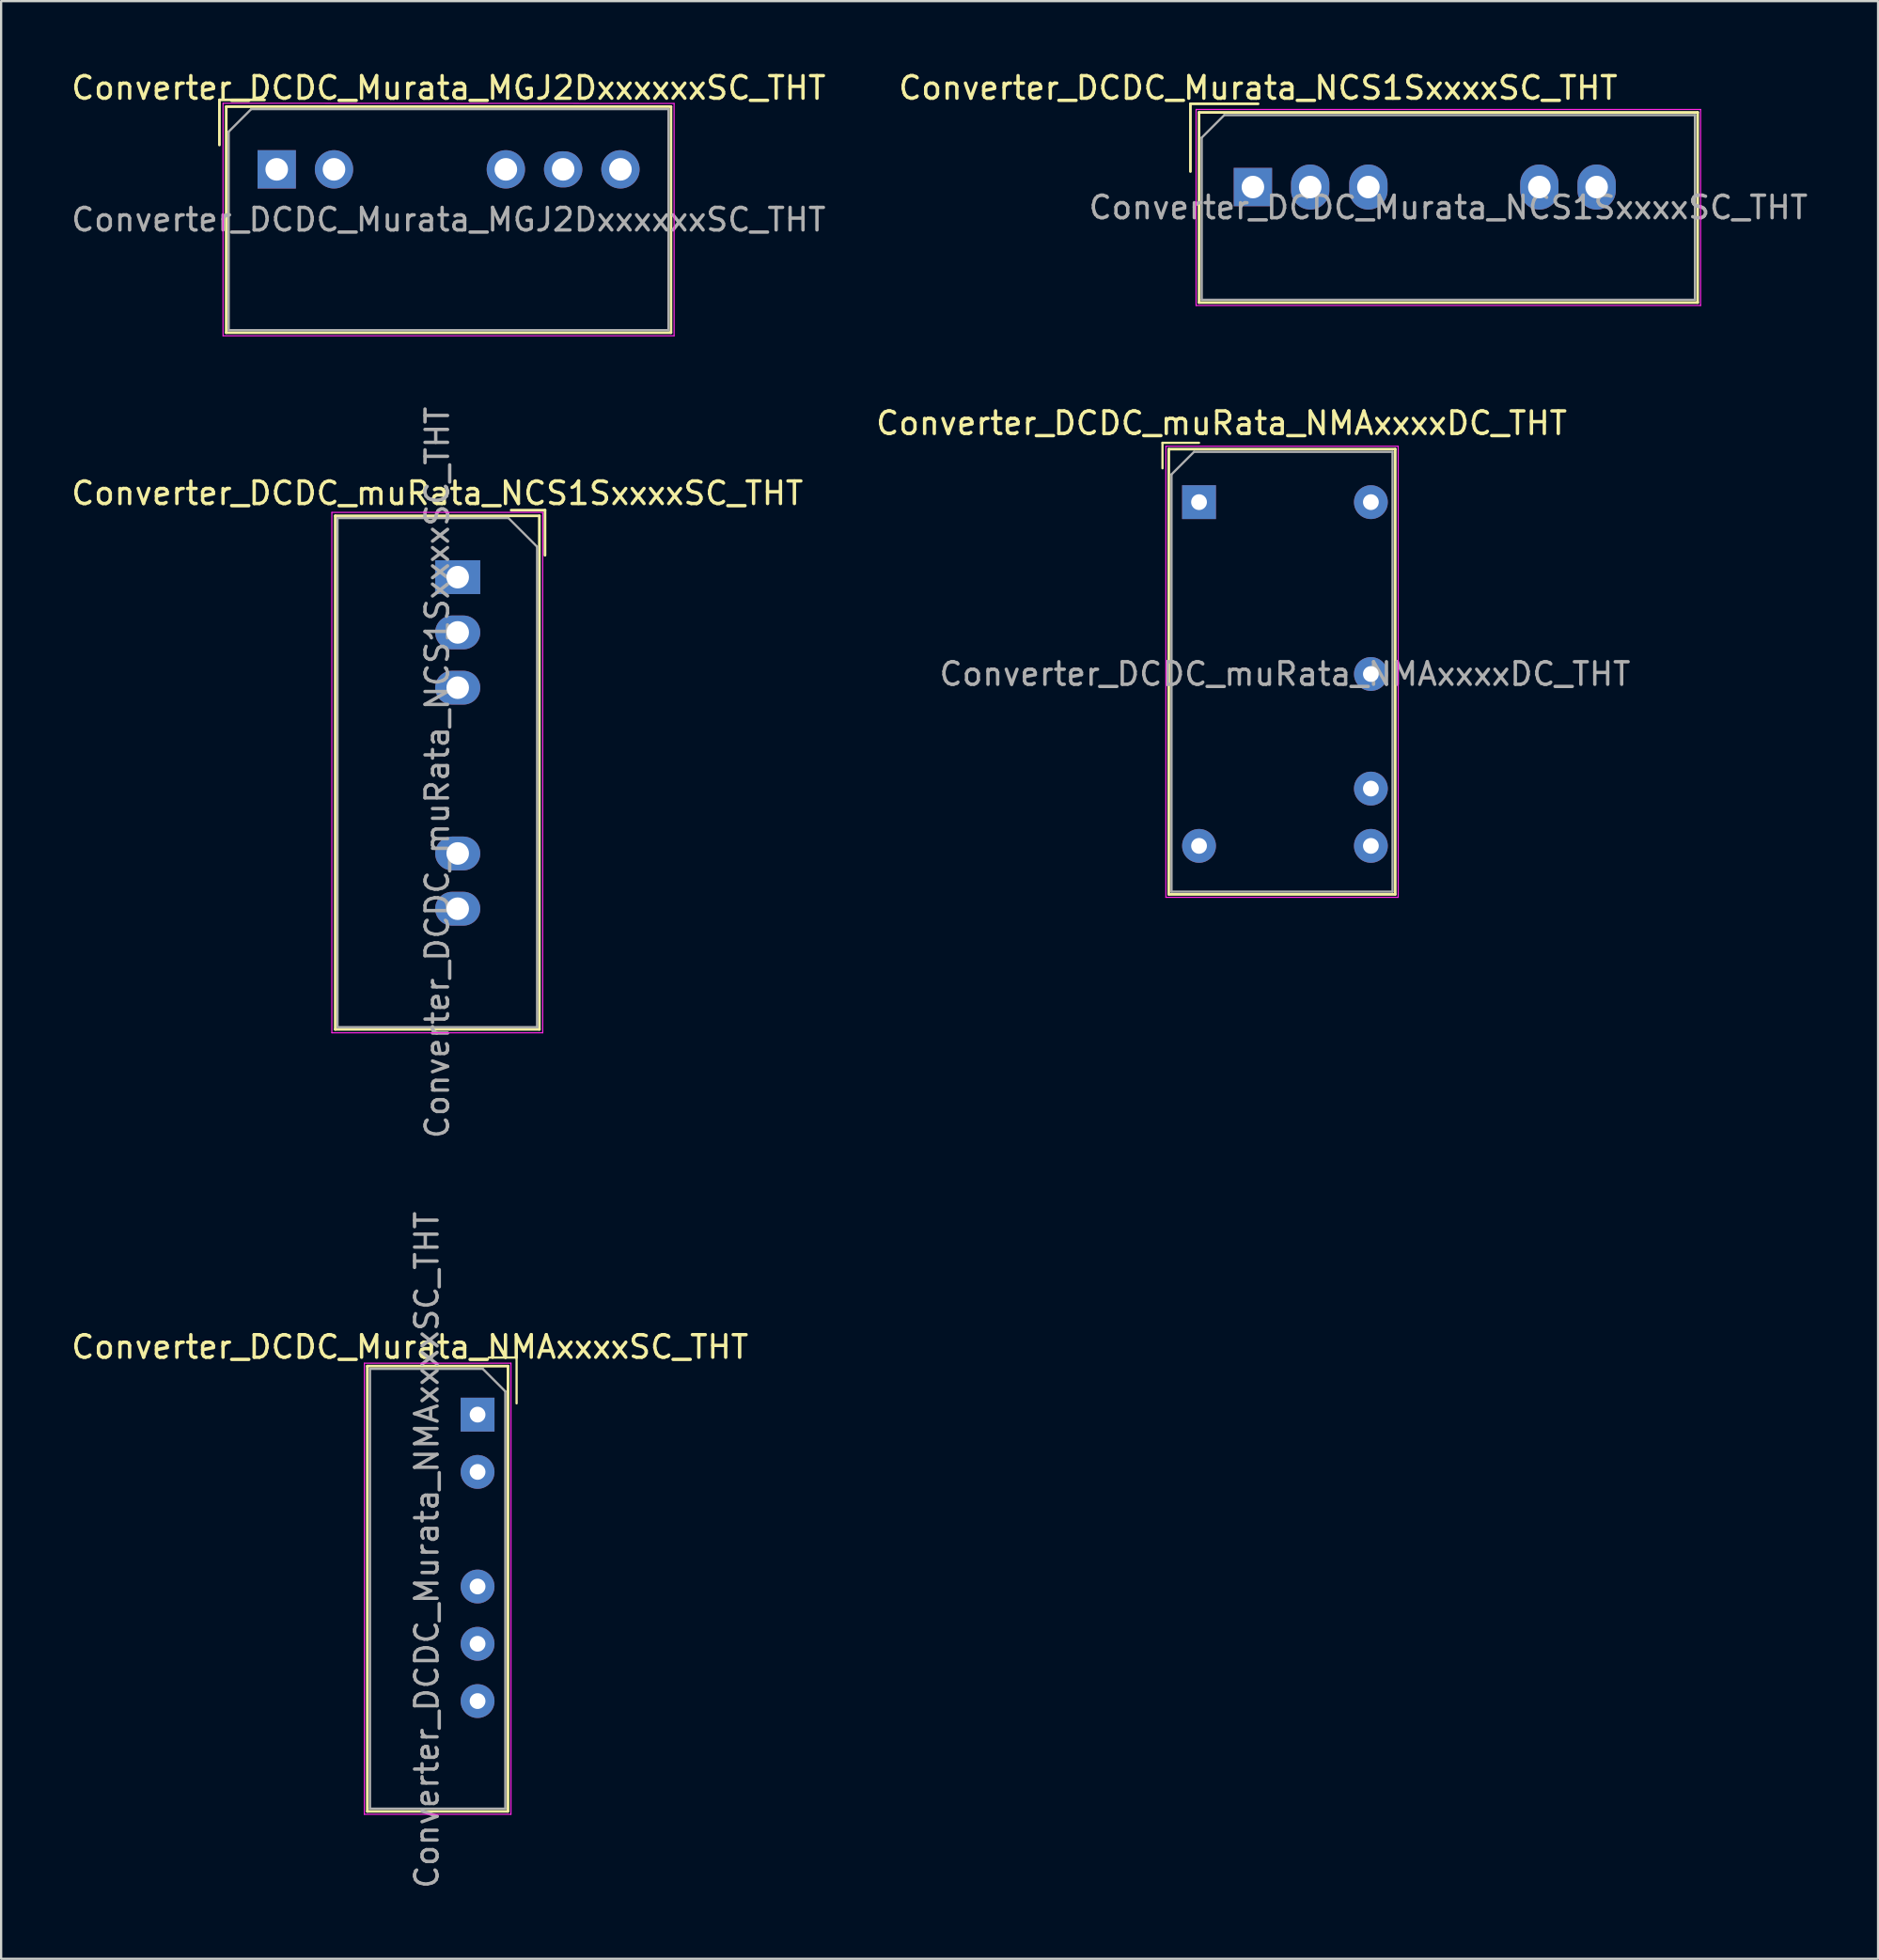
<source format=kicad_pcb>
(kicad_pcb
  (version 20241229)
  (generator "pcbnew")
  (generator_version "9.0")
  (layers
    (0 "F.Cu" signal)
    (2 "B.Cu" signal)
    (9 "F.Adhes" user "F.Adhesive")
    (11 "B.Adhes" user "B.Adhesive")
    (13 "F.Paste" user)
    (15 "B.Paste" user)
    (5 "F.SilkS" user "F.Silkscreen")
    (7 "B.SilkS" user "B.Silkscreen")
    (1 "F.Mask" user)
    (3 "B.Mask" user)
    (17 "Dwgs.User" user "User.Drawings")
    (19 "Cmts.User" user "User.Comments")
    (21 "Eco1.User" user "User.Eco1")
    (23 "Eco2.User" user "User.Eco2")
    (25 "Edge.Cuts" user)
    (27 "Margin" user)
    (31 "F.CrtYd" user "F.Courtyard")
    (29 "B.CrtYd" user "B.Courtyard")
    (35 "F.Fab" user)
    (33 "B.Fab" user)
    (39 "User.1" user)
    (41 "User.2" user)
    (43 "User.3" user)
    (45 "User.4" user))
  (footprint "Converter_DCDC_Murata_NCS1SxxxxSC_THT"
    (layer "F.Cu")
    (at 52.502 5.243)
    (property "Reference" "Converter_DCDC_Murata_NCS1SxxxxSC_THT" (at 0.23 -4.395 0) (layer "F.SilkS") (effects (font (size 1 1) (thickness 0.15))))
    (attr through_hole)
    (fp_line (start -2.77 -3.69) (end 0.23 -3.69) (stroke (width 0.12) (type solid)) (layer "F.SilkS"))
    (fp_line (start -2.77 -0.69) (end -2.77 -3.69) (stroke (width 0.12) (type solid)) (layer "F.SilkS"))
    (fp_line (start -2.39 -3.31) (end -2.39 5.12) (stroke (width 0.12) (type solid)) (layer "F.SilkS"))
    (fp_line (start -2.39 -3.31) (end 19.72 -3.31) (stroke (width 0.12) (type solid)) (layer "F.SilkS"))
    (fp_line (start -2.39 5.12) (end 19.72 5.12) (stroke (width 0.12) (type solid)) (layer "F.SilkS"))
    (fp_line (start 19.72 -3.31) (end 19.72 5.12) (stroke (width 0.12) (type solid)) (layer "F.SilkS"))
    (fp_line (start -2.52 -3.44) (end -2.52 5.25) (stroke (width 0.05) (type solid)) (layer "F.CrtYd"))
    (fp_line (start -2.52 -3.44) (end 19.85 -3.44) (stroke (width 0.05) (type solid)) (layer "F.CrtYd"))
    (fp_line (start -2.52 5.25) (end 19.85 5.25) (stroke (width 0.05) (type solid)) (layer "F.CrtYd"))
    (fp_line (start 19.85 -3.44) (end 19.85 5.25) (stroke (width 0.05) (type solid)) (layer "F.CrtYd"))
    (fp_line (start -2.27 -2.19) (end -1.27 -3.19) (stroke (width 0.1) (type solid)) (layer "F.Fab"))
    (fp_line (start -2.27 5) (end -2.27 -2.19) (stroke (width 0.1) (type solid)) (layer "F.Fab"))
    (fp_line (start -1.27 -3.19) (end 19.6 -3.19) (stroke (width 0.1) (type solid)) (layer "F.Fab"))
    (fp_line (start 19.6 -3.19) (end 19.6 5) (stroke (width 0.1) (type solid)) (layer "F.Fab"))
    (fp_line (start 19.6 5) (end -2.27 5) (stroke (width 0.1) (type solid)) (layer "F.Fab"))
    (fp_text user "" (at -3 0 0) (layer "F.SilkS") (effects (font (size 1 1) (thickness 0.15))))
    (fp_text user "${REFERENCE}" (at 8.665 0.905 0) (layer "F.Fab") (effects (font (size 1 1) (thickness 0.15))))
    (pad "1" thru_hole rect (at 0 0) (size 1.7 1.7) (drill 1) (layers "*.Cu" "*.Mask"))
    (pad "2" thru_hole oval (at 2.54 0) (size 1.7 2) (drill 1) (layers "*.Cu" "*.Mask"))
    (pad "3" thru_hole oval (at 5.12 0) (size 1.7 2) (drill 1) (layers "*.Cu" "*.Mask"))
    (pad "6" thru_hole oval (at 12.7 0) (size 1.7 2) (drill 1) (layers "*.Cu" "*.Mask"))
    (pad "7" thru_hole oval (at 15.24 0) (size 1.7 2) (drill 1) (layers "*.Cu" "*.Mask")))
  (footprint "Converter_DCDC_Murata_NMAxxxxSC_THT"
    (layer "F.Cu")
    (at 18.125 59.667)
    (property "Reference" "Converter_DCDC_Murata_NMAxxxxSC_THT" (at -3 -3 0) (layer "F.SilkS") (effects (font (size 1 1) (thickness 0.15))))
    (attr through_hole)
    (fp_line (start -4.89 -2.15) (end -4.89 17.59) (stroke (width 0.12) (type solid)) (layer "F.SilkS"))
    (fp_line (start -4.89 17.59) (end 1.33 17.59) (stroke (width 0.12) (type solid)) (layer "F.SilkS"))
    (fp_line (start 1.35 -2.15) (end -4.89 -2.15) (stroke (width 0.12) (type solid)) (layer "F.SilkS"))
    (fp_line (start 1.35 17.59) (end 1.35 -2.15) (stroke (width 0.12) (type solid)) (layer "F.SilkS"))
    (fp_line (start 1.73 -2.53) (end 0.5 -2.53) (stroke (width 0.1) (type solid)) (layer "F.SilkS"))
    (fp_line (start 1.73 -2.53) (end 1.73 -0.5) (stroke (width 0.1) (type solid)) (layer "F.SilkS"))
    (fp_line (start -5.02 -2.28) (end -5.02 17.72) (stroke (width 0.05) (type solid)) (layer "F.CrtYd"))
    (fp_line (start -5.02 17.72) (end 1.48 17.72) (stroke (width 0.05) (type solid)) (layer "F.CrtYd"))
    (fp_line (start 1.48 -2.28) (end -5.02 -2.28) (stroke (width 0.05) (type solid)) (layer "F.CrtYd"))
    (fp_line (start 1.48 17.72) (end 1.48 -2.28) (stroke (width 0.05) (type solid)) (layer "F.CrtYd"))
    (fp_line (start -4.77 -2.03) (end -4.77 17.47) (stroke (width 0.1) (type solid)) (layer "F.Fab"))
    (fp_line (start -4.77 17.47) (end 1.23 17.47) (stroke (width 0.1) (type solid)) (layer "F.Fab"))
    (fp_line (start 0.23 -2.03) (end -4.77 -2.03) (stroke (width 0.1) (type solid)) (layer "F.Fab"))
    (fp_line (start 0.23 -2.03) (end 1.23 -1.03) (stroke (width 0.1) (type solid)) (layer "F.Fab"))
    (fp_line (start 1.23 17.47) (end 1.23 -1.03) (stroke (width 0.1) (type solid)) (layer "F.Fab"))
    (fp_text user "${REFERENCE}" (at -2.25 6 90) (layer "F.Fab") (effects (font (size 1 1) (thickness 0.15))))
    (pad "1" thru_hole rect (at 0 0) (size 1.5 1.5) (drill 0.7) (layers "*.Cu" "*.Mask"))
    (pad "2" thru_hole oval (at 0 2.54) (size 1.5 1.5) (drill 0.7) (layers "*.Cu" "*.Mask"))
    (pad "4" thru_hole oval (at 0 7.62) (size 1.5 1.5) (drill 0.7) (layers "*.Cu" "*.Mask"))
    (pad "5" thru_hole oval (at 0 10.16) (size 1.5 1.5) (drill 0.7) (layers "*.Cu" "*.Mask"))
    (pad "6" thru_hole oval (at 0 12.7) (size 1.5 1.5) (drill 0.7) (layers "*.Cu" "*.Mask")))
  (footprint "Converter_DCDC_muRata_NMAxxxxDC_THT"
    (layer "F.Cu")
    (at 50.113 19.212)
    (property "Reference" "Converter_DCDC_muRata_NMAxxxxDC_THT" (at 1 -3.5 0) (layer "F.SilkS") (effects (font (size 1 1) (thickness 0.15))))
    (attr through_hole)
    (fp_line (start -1.62 -2.63) (end -1.62 -1.5) (stroke (width 0.1) (type solid)) (layer "F.SilkS"))
    (fp_line (start -1.34 -2.35) (end -1.34 17.39) (stroke (width 0.12) (type solid)) (layer "F.SilkS"))
    (fp_line (start -1.34 -2.35) (end 8.7 -2.35) (stroke (width 0.12) (type solid)) (layer "F.SilkS"))
    (fp_line (start -1.34 17.39) (end 8.7 17.39) (stroke (width 0.12) (type solid)) (layer "F.SilkS"))
    (fp_line (start 0 -2.63) (end -1.62 -2.63) (stroke (width 0.1) (type solid)) (layer "F.SilkS"))
    (fp_line (start 8.7 17.39) (end 8.7 -2.35) (stroke (width 0.12) (type solid)) (layer "F.SilkS"))
    (fp_line (start -1.47 -2.48) (end -1.47 17.52) (stroke (width 0.05) (type solid)) (layer "F.CrtYd"))
    (fp_line (start -1.47 17.52) (end 8.83 17.52) (stroke (width 0.05) (type solid)) (layer "F.CrtYd"))
    (fp_line (start 8.83 -2.48) (end -1.47 -2.48) (stroke (width 0.05) (type solid)) (layer "F.CrtYd"))
    (fp_line (start 8.83 17.52) (end 8.83 -2.48) (stroke (width 0.05) (type solid)) (layer "F.CrtYd"))
    (fp_line (start -1.22 17.27) (end -1.22 -1.23) (stroke (width 0.1) (type solid)) (layer "F.Fab"))
    (fp_line (start -0.22 -2.23) (end -1.22 -1.23) (stroke (width 0.1) (type solid)) (layer "F.Fab"))
    (fp_line (start -0.22 -2.23) (end 8.58 -2.23) (stroke (width 0.1) (type solid)) (layer "F.Fab"))
    (fp_line (start 8.58 -2.23) (end 8.58 17.27) (stroke (width 0.1) (type solid)) (layer "F.Fab"))
    (fp_line (start 8.58 17.27) (end -1.22 17.27) (stroke (width 0.1) (type solid)) (layer "F.Fab"))
    (fp_text user "${REFERENCE}" (at 3.81 7.62 0) (layer "F.Fab") (effects (font (size 1 1) (thickness 0.15))))
    (pad "1" thru_hole rect (at 0 0) (size 1.5 1.5) (drill 0.7) (layers "*.Cu" "*.Mask"))
    (pad "7" thru_hole oval (at 0 15.24) (size 1.5 1.5) (drill 0.7) (layers "*.Cu" "*.Mask"))
    (pad "8" thru_hole oval (at 7.62 15.24) (size 1.5 1.5) (drill 0.7) (layers "*.Cu" "*.Mask"))
    (pad "9" thru_hole oval (at 7.62 12.7) (size 1.5 1.5) (drill 0.7) (layers "*.Cu" "*.Mask"))
    (pad "11" thru_hole oval (at 7.62 7.62) (size 1.5 1.5) (drill 0.7) (layers "*.Cu" "*.Mask"))
    (pad "14" thru_hole oval (at 7.62 0) (size 1.5 1.5) (drill 0.7) (layers "*.Cu" "*.Mask")))
  (footprint "Converter_DCDC_Murata_MGJ2DxxxxxxSC_THT"
    (layer "F.Cu")
    (at 9.219 4.458)
    (property "Reference" "Converter_DCDC_Murata_MGJ2DxxxxxxSC_THT" (at 7.62 -3.61 0) (layer "F.SilkS") (effects (font (size 1 1) (thickness 0.15))))
    (attr through_hole)
    (fp_line (start -2.54 -3.08) (end -0.54 -3.08) (stroke (width 0.12) (type solid)) (layer "F.SilkS"))
    (fp_line (start -2.54 -1.08) (end -2.54 -3.08) (stroke (width 0.12) (type solid)) (layer "F.SilkS"))
    (fp_line (start -2.24 -2.78) (end -2.24 7.24) (stroke (width 0.12) (type solid)) (layer "F.SilkS"))
    (fp_line (start -2.24 -2.78) (end 17.48 -2.78) (stroke (width 0.12) (type solid)) (layer "F.SilkS"))
    (fp_line (start -2.24 7.24) (end 17.48 7.24) (stroke (width 0.12) (type solid)) (layer "F.SilkS"))
    (fp_line (start 17.48 -2.78) (end 17.48 7.24) (stroke (width 0.12) (type solid)) (layer "F.SilkS"))
    (fp_line (start -2.38 -2.93) (end -2.38 7.38) (stroke (width 0.05) (type solid)) (layer "F.CrtYd"))
    (fp_line (start -2.38 -2.93) (end 17.62 -2.92) (stroke (width 0.05) (type solid)) (layer "F.CrtYd"))
    (fp_line (start -2.38 7.38) (end 17.62 7.38) (stroke (width 0.05) (type solid)) (layer "F.CrtYd"))
    (fp_line (start 17.62 -2.92) (end 17.62 7.38) (stroke (width 0.05) (type solid)) (layer "F.CrtYd"))
    (fp_line (start -2.13 -1.67) (end -1.13 -2.67) (stroke (width 0.1) (type solid)) (layer "F.Fab"))
    (fp_line (start -2.13 7.13) (end -2.13 -1.67) (stroke (width 0.1) (type solid)) (layer "F.Fab"))
    (fp_line (start -1.13 -2.67) (end 17.37 -2.67) (stroke (width 0.1) (type solid)) (layer "F.Fab"))
    (fp_line (start 17.37 -2.67) (end 17.37 7.13) (stroke (width 0.1) (type solid)) (layer "F.Fab"))
    (fp_line (start 17.37 7.13) (end -2.13 7.13) (stroke (width 0.1) (type solid)) (layer "F.Fab"))
    (fp_text user "${REFERENCE}" (at 7.62 2.23 0) (layer "F.Fab") (effects (font (size 1 1) (thickness 0.15))))
    (pad "1" thru_hole rect (at 0 0) (size 1.7 1.7) (drill 1) (layers "*.Cu" "*.Mask"))
    (pad "2" thru_hole oval (at 2.54 0) (size 1.7 1.7) (drill 1) (layers "*.Cu" "*.Mask"))
    (pad "5" thru_hole oval (at 10.16 0) (size 1.7 1.7) (drill 1) (layers "*.Cu" "*.Mask"))
    (pad "6" thru_hole oval (at 12.7 0) (size 1.7 1.6) (drill 1) (layers "*.Cu" "*.Mask"))
    (pad "7" thru_hole oval (at 15.24 0) (size 1.7 1.7) (drill 1) (layers "*.Cu" "*.Mask")))
  (footprint "Converter_DCDC_muRata_NCS1SxxxxSC_THT"
    (layer "F.Cu")
    (at 17.244 22.538)
    (property "Reference" "Converter_DCDC_muRata_NCS1SxxxxSC_THT" (at -0.905 -3.72 0) (layer "F.SilkS") (effects (font (size 1 1) (thickness 0.15))))
    (attr through_hole)
    (fp_line (start -5.43 -2.72) (end 3.62 -2.72) (stroke (width 0.12) (type solid)) (layer "F.SilkS"))
    (fp_line (start -5.43 20.05) (end -5.43 -2.72) (stroke (width 0.12) (type solid)) (layer "F.SilkS"))
    (fp_line (start 2.37 -2.97) (end 3.87 -2.97) (stroke (width 0.12) (type solid)) (layer "F.SilkS"))
    (fp_line (start 3.62 -2.72) (end 3.62 20.05) (stroke (width 0.12) (type solid)) (layer "F.SilkS"))
    (fp_line (start 3.62 20.05) (end -5.43 20.05) (stroke (width 0.12) (type solid)) (layer "F.SilkS"))
    (fp_line (start 3.87 -2.97) (end 3.87 -0.97) (stroke (width 0.12) (type solid)) (layer "F.SilkS"))
    (fp_line (start -5.58 -2.87) (end 3.77 -2.87) (stroke (width 0.05) (type solid)) (layer "F.CrtYd"))
    (fp_line (start -5.58 20.2) (end -5.58 -2.87) (stroke (width 0.05) (type solid)) (layer "F.CrtYd"))
    (fp_line (start 3.77 -2.87) (end 3.77 20.2) (stroke (width 0.05) (type solid)) (layer "F.CrtYd"))
    (fp_line (start 3.77 20.2) (end -5.58 20.2) (stroke (width 0.05) (type solid)) (layer "F.CrtYd"))
    (fp_line (start -5.33 -2.62) (end 2.25 -2.62) (stroke (width 0.1) (type solid)) (layer "F.Fab"))
    (fp_line (start -5.33 19.95) (end -5.33 -2.62) (stroke (width 0.1) (type solid)) (layer "F.Fab"))
    (fp_line (start 2.25 -2.62) (end 3.52 -1.35) (stroke (width 0.1) (type solid)) (layer "F.Fab"))
    (fp_line (start 3.52 -1.35) (end 3.52 19.95) (stroke (width 0.1) (type solid)) (layer "F.Fab"))
    (fp_line (start 3.52 19.95) (end -5.33 19.95) (stroke (width 0.1) (type solid)) (layer "F.Fab"))
    (fp_text user "${REFERENCE}" (at -0.905 8.665 90) (layer "F.Fab") (effects (font (size 1 1) (thickness 0.15))))
    (pad "1" thru_hole rect (at 0 0) (size 2 1.5) (drill 1) (layers "*.Cu" "*.Mask"))
    (pad "2" thru_hole oval (at 0 2.45) (size 2 1.5) (drill 1) (layers "*.Cu" "*.Mask"))
    (pad "3" thru_hole oval (at 0 4.9) (size 2 1.5) (drill 1) (layers "*.Cu" "*.Mask"))
    (pad "6" thru_hole oval (at 0 12.25) (size 2 1.5) (drill 1) (layers "*.Cu" "*.Mask"))
    (pad "7" thru_hole oval (at 0 14.7) (size 2 1.5) (drill 1) (layers "*.Cu" "*.Mask")))
  (gr_rect
    (start -3 -3)
    (end 80.221 83.792)
    (stroke (width 0.1) (type default))
    (fill no)
    (layer "Edge.Cuts")))
</source>
